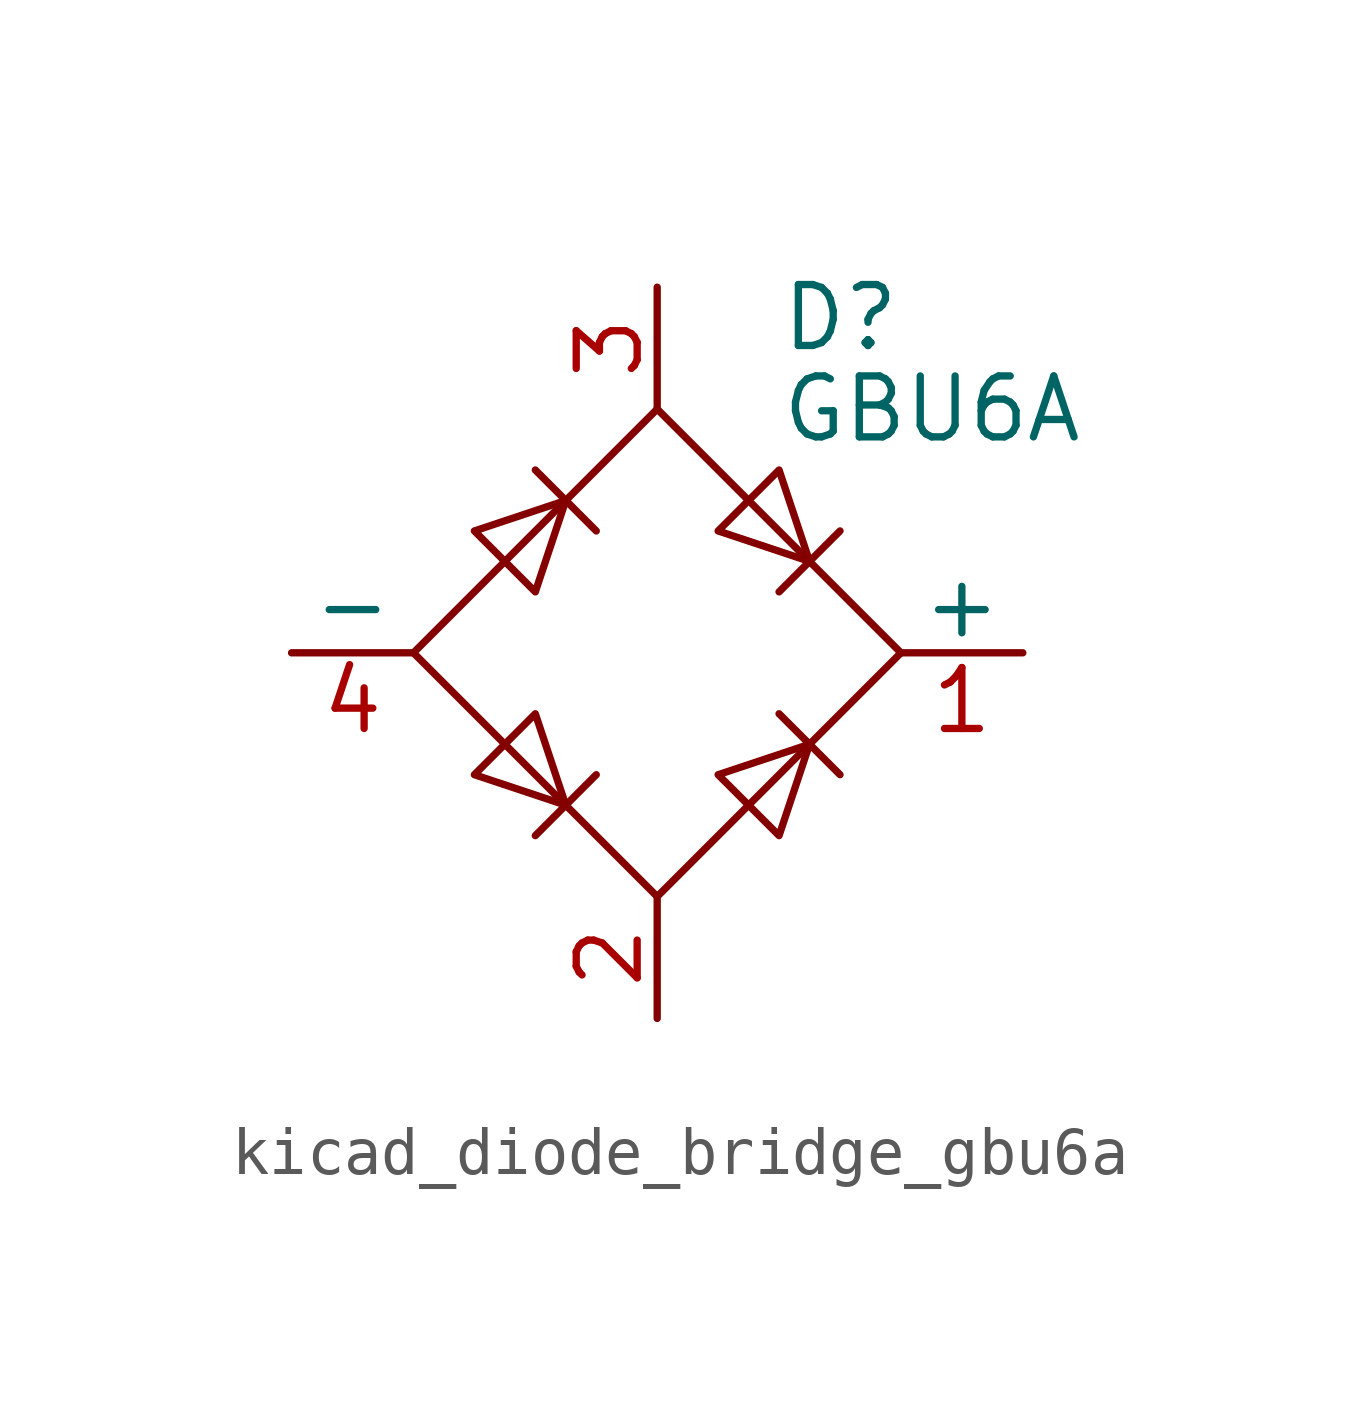
<source format=kicad_sym>
(kicad_symbol_lib
  (version 20220914)
  (generator kicad_symbol_editor)
  (symbol "kicad_diode_bridge_gbu6a"
    (pin_names
      (offset 0))
    (property "Reference" "D"
      (at 2.54 6.985 0)
      (effects (font (size 1.27 1.27)) (justify left)))
    (property "Value" "GBU6A"
      (at 2.54 5.08 0)
      (effects (font (size 1.27 1.27)) (justify left)))
    (symbol "kicad_diode_bridge_gbu6a_0_1"
      (polyline (pts (xy -2.54 3.81) (xy -1.27 2.54)) (stroke (width 0) (type default)) (fill (type none)))
      (polyline (pts (xy -1.27 -2.54) (xy -2.54 -3.81)) (stroke (width 0) (type default)) (fill (type none)))
      (polyline (pts (xy 2.54 -1.27) (xy 3.81 -2.54)) (stroke (width 0) (type default)) (fill (type none)))
      (polyline (pts (xy 2.54 1.27) (xy 3.81 2.54)) (stroke (width 0) (type default)) (fill (type none)))
      (polyline (pts (xy -3.81 2.54) (xy -2.54 1.27) (xy -1.905 3.175) (xy -3.81 2.54)) (stroke (width 0) (type default)) (fill (type none)))
      (polyline (pts (xy -2.54 -1.27) (xy -3.81 -2.54) (xy -1.905 -3.175) (xy -2.54 -1.27)) (stroke (width 0) (type default)) (fill (type none)))
      (polyline (pts (xy 1.27 2.54) (xy 2.54 3.81) (xy 3.175 1.905) (xy 1.27 2.54)) (stroke (width 0) (type default)) (fill (type none)))
      (polyline (pts (xy 3.175 -1.905) (xy 1.27 -2.54) (xy 2.54 -3.81) (xy 3.175 -1.905)) (stroke (width 0) (type default)) (fill (type none)))
      (polyline (pts (xy -5.08 0) (xy 0 -5.08) (xy 5.08 0) (xy 0 5.08) (xy -5.08 0)) (stroke (width 0) (type default)) (fill (type none))))
    (symbol "kicad_diode_bridge_gbu6a_1_1"
      (pin passive line (at 7.62 0 180) (length 2.54) (name "+" (effects (font (size 1.27 1.27)))) (number "1" (effects (font (size 1.27 1.27)))))
      (pin passive line (at 0 -7.62 90) (length 2.54) (name "~" (effects (font (size 1.27 1.27)))) (number "2" (effects (font (size 1.27 1.27)))))
      (pin passive line (at 0 7.62 270) (length 2.54) (name "~" (effects (font (size 1.27 1.27)))) (number "3" (effects (font (size 1.27 1.27)))))
      (pin passive line (at -7.62 0 0) (length 2.54) (name "-" (effects (font (size 1.27 1.27)))) (number "4" (effects (font (size 1.27 1.27))))))))
</source>
